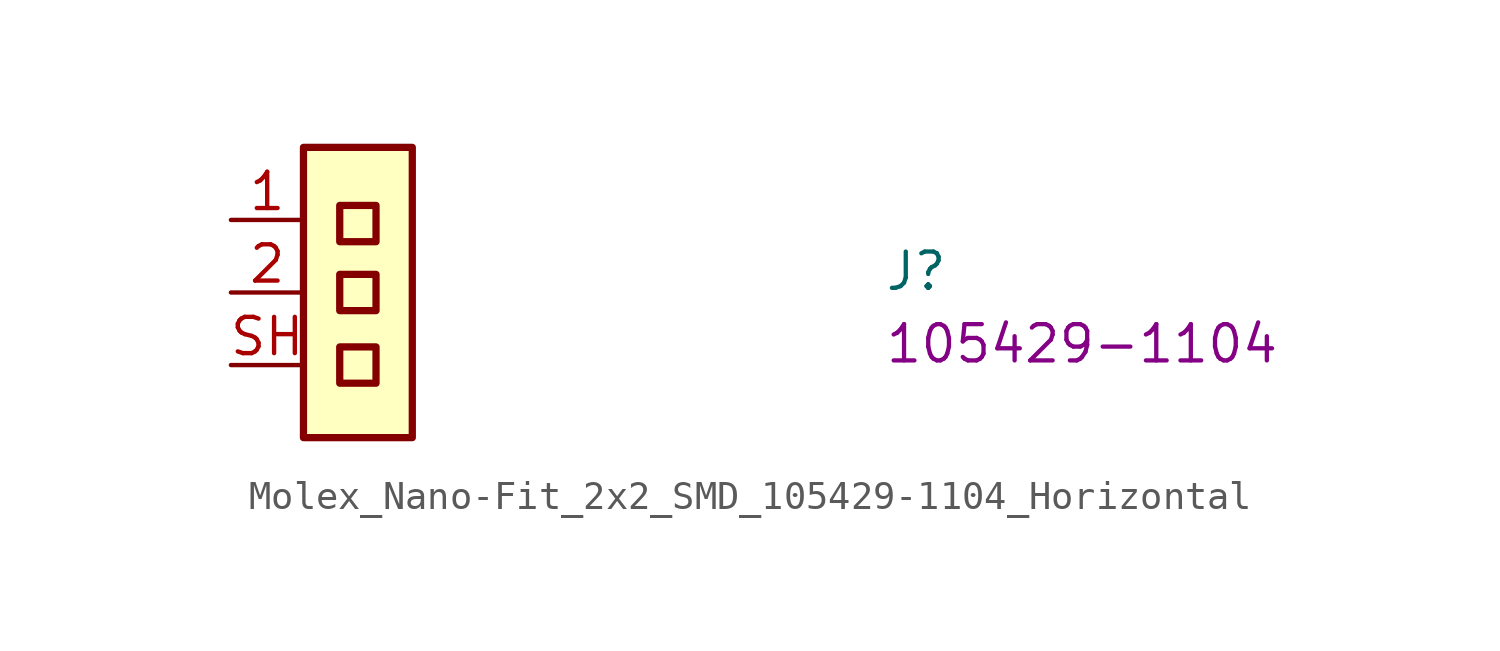
<source format=kicad_sym>
(kicad_symbol_lib
  (version 20220914)
  (generator kicad_symbol_editor)
  (symbol "Molex_Nano-Fit_2x2_SMD_105429-1104_Horizontal"
    (pin_names hide)
    (property "Reference" "J"
      (at 22.86 -2.54 0)
      (effects (font (size 1.27 1.27) (thickness 0.15)) (justify left bottom)))
    (property "MPN" "105429-1104"
      (at 22.86 -5.08 0)
      (effects (font (size 1.27 1.27) (thickness 0.15)) (justify left bottom)))
    (symbol "Molex_Nano-Fit_2x2_SMD_105429-1104_Horizontal_1_1"
      (rectangle (start 2.54 2.54) (end 6.35 -7.62) (stroke (width 0.254) (type default)) (fill (type background)))
      (rectangle (start 3.81 -5.715) (end 5.08 -4.445) (stroke (width 0.254) (type default)) (fill (type background)))
      (rectangle (start 3.81 -3.175) (end 5.08 -1.905) (stroke (width 0.254) (type default)) (fill (type background)))
      (rectangle (start 3.81 -0.762) (end 5.08 0.508) (stroke (width 0.254) (type default)) (fill (type background)))
      (pin passive line (at 0 0 0) (length 2.54) (name "1" (effects (font (size 1.27 1.27)))) (number "1" (effects (font (size 1.27 1.27)))))
      (pin passive line (at 0 -2.54 0) (length 2.54) (name "2" (effects (font (size 1.27 1.27)))) (number "2" (effects (font (size 1.27 1.27)))))
      (pin passive line (at 0 -5.08 0) (length 2.54) (name "SH" (effects (font (size 1.27 1.27)))) (number "SH" (effects (font (size 1.27 1.27))))))))
</source>
